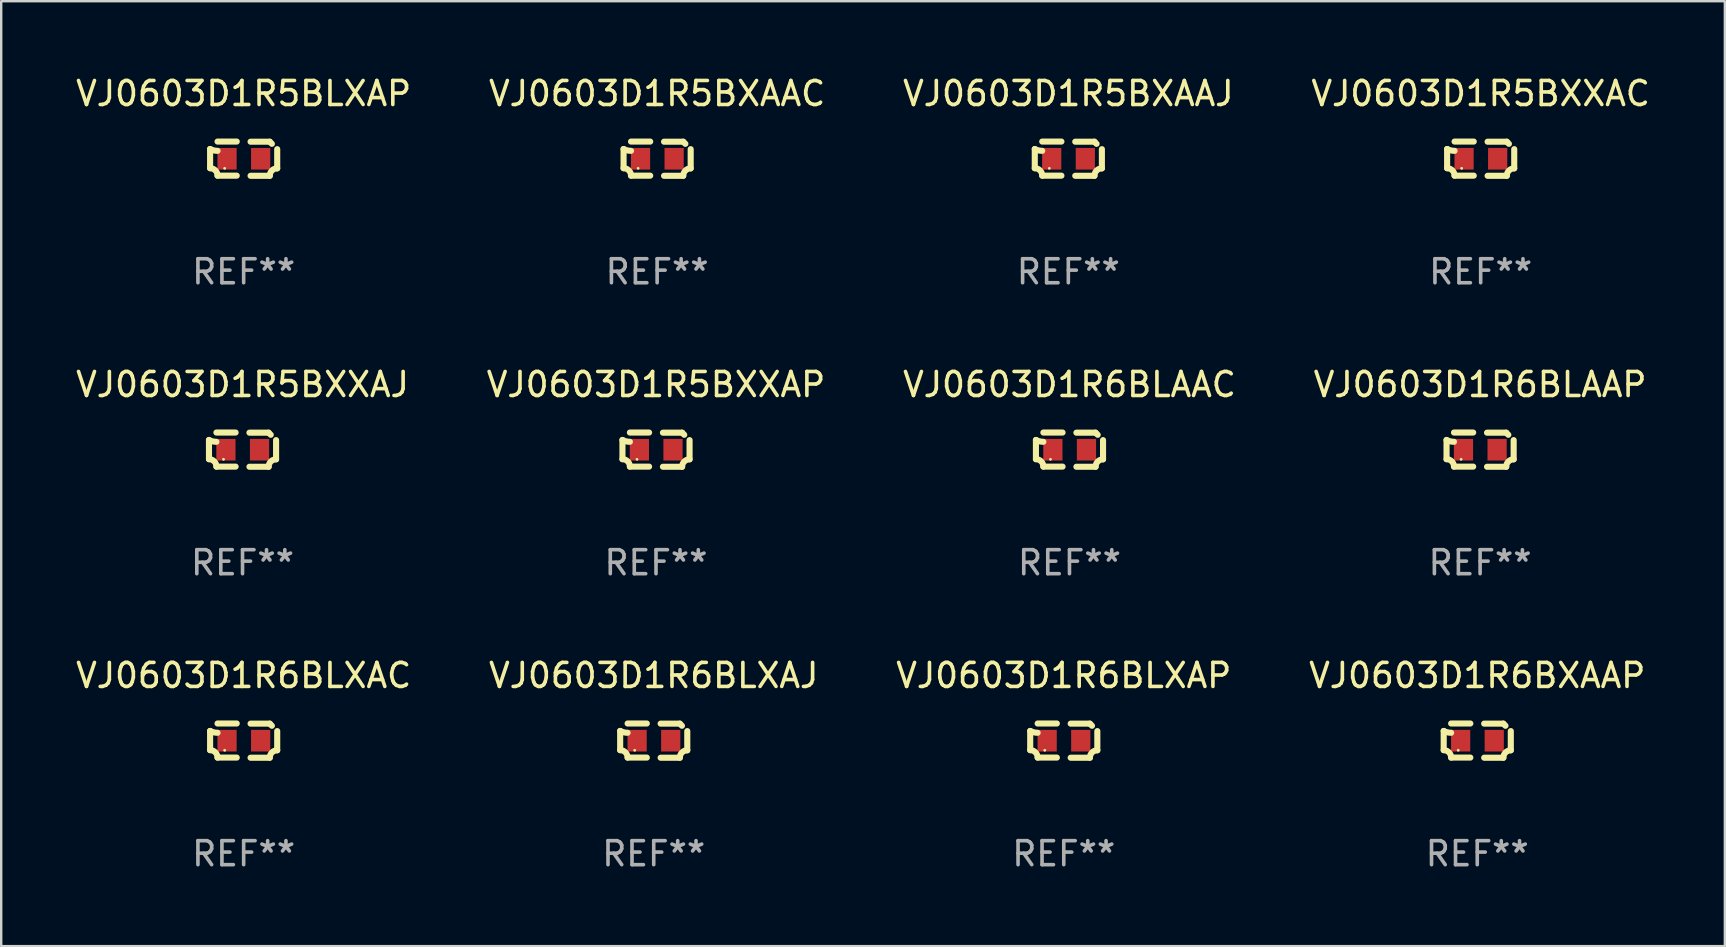
<source format=kicad_pcb>
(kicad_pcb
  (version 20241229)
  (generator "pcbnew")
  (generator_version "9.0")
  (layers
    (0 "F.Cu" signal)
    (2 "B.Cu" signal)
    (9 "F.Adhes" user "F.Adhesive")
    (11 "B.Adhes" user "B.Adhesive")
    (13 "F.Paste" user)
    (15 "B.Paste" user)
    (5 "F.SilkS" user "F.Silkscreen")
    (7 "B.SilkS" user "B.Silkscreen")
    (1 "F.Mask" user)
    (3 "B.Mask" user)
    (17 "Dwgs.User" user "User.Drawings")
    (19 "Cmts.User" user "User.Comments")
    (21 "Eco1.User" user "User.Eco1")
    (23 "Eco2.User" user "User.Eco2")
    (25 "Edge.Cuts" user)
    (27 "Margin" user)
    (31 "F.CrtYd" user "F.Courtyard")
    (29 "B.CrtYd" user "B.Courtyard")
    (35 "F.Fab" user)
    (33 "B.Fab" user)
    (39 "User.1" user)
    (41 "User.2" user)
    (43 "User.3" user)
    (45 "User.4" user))
  (footprint "VJ0603D1R6BXAAP"
    (layer "F.Cu")
    (at 58.494 27.805)
    (property "Reference" "VJ0603D1R6BXAAP" (at 0 -2.713 0) (layer "F.SilkS") (effects (font (size 1 1) (thickness 0.15))))
    (attr through_hole)
    (fp_line (start -1.398 -0.403) (end -1.398 0.397) (stroke (width 0.254) (type solid)) (layer "F.SilkS"))
    (fp_line (start -0.288 -0.713) (end -1.088 -0.713) (stroke (width 0.254) (type solid)) (layer "F.SilkS"))
    (fp_line (start -0.288 0.707) (end -1.088 0.707) (stroke (width 0.254) (type solid)) (layer "F.SilkS"))
    (fp_line (start 0.288 -0.707) (end 1.088 -0.707) (stroke (width 0.254) (type solid)) (layer "F.SilkS"))
    (fp_line (start 0.288 0.713) (end 1.088 0.713) (stroke (width 0.254) (type solid)) (layer "F.SilkS"))
    (fp_line (start 1.398 -0.397) (end 1.398 0.403) (stroke (width 0.254) (type solid)) (layer "F.SilkS"))
    (fp_arc (start -1.397789 0.397066) (mid -1.178701 0.487826) (end -1.08796 0.706922) (stroke (width 0.254001) (type solid)) (layer "F.SilkS"))
    (fp_arc (start -1.08796 -0.327176) (mid -1.247436 -0.346384) (end -1.39779 -0.402908) (stroke (width 0.254001) (type solid)) (layer "F.SilkS"))
    (fp_arc (start 1.087909 0.712738) (mid 1.178656 0.493655) (end 1.397739 0.402908) (stroke (width 0.254001) (type solid)) (layer "F.SilkS"))
    (fp_arc (start 1.175925 -0.618926) (mid 1.131917 -0.662923) (end 1.08791 -0.706922) (stroke (width 0.254001) (type solid)) (layer "F.SilkS"))
    (fp_circle (center -0.792 0.403) (end -0.762 0.403) (stroke (width 0.06) (type solid)) (fill no) (layer "F.SilkS"))
    (fp_text user "REF**" (at 0 4.713 0) (layer "F.Fab") (effects (font (size 1 1) (thickness 0.15))))
    (pad "1" smd rect (at -0.692 0.003) (size 0.8 0.9) (layers "F.Cu" "F.Mask" "F.Paste"))
    (pad "2" smd rect (at 0.708 0.003) (size 0.8 0.9) (layers "F.Cu" "F.Mask" "F.Paste")))
  (footprint "VJ0603D1R5BLXAP"
    (layer "F.Cu")
    (at 7.101 3.561)
    (property "Reference" "VJ0603D1R5BLXAP" (at 0 -2.713 0) (layer "F.SilkS") (effects (font (size 1 1) (thickness 0.15))))
    (attr through_hole)
    (fp_line (start -1.398 -0.403) (end -1.398 0.397) (stroke (width 0.254) (type solid)) (layer "F.SilkS"))
    (fp_line (start -0.288 -0.713) (end -1.088 -0.713) (stroke (width 0.254) (type solid)) (layer "F.SilkS"))
    (fp_line (start -0.288 0.707) (end -1.088 0.707) (stroke (width 0.254) (type solid)) (layer "F.SilkS"))
    (fp_line (start 0.288 -0.707) (end 1.088 -0.707) (stroke (width 0.254) (type solid)) (layer "F.SilkS"))
    (fp_line (start 0.288 0.713) (end 1.088 0.713) (stroke (width 0.254) (type solid)) (layer "F.SilkS"))
    (fp_line (start 1.398 -0.397) (end 1.398 0.403) (stroke (width 0.254) (type solid)) (layer "F.SilkS"))
    (fp_arc (start -1.397789 0.397066) (mid -1.178701 0.487826) (end -1.08796 0.706922) (stroke (width 0.254001) (type solid)) (layer "F.SilkS"))
    (fp_arc (start -1.08796 -0.327176) (mid -1.247436 -0.346384) (end -1.39779 -0.402908) (stroke (width 0.254001) (type solid)) (layer "F.SilkS"))
    (fp_arc (start 1.087909 0.712738) (mid 1.178656 0.493655) (end 1.397739 0.402908) (stroke (width 0.254001) (type solid)) (layer "F.SilkS"))
    (fp_arc (start 1.175925 -0.618926) (mid 1.131917 -0.662923) (end 1.08791 -0.706922) (stroke (width 0.254001) (type solid)) (layer "F.SilkS"))
    (fp_circle (center -0.792 0.403) (end -0.762 0.403) (stroke (width 0.06) (type solid)) (fill no) (layer "F.SilkS"))
    (fp_text user "REF**" (at 0 4.713 0) (layer "F.Fab") (effects (font (size 1 1) (thickness 0.15))))
    (pad "1" smd rect (at -0.692 0.003) (size 0.8 0.9) (layers "F.Cu" "F.Mask" "F.Paste"))
    (pad "2" smd rect (at 0.708 0.003) (size 0.8 0.9) (layers "F.Cu" "F.Mask" "F.Paste")))
  (footprint "VJ0603D1R5BXXAP"
    (layer "F.Cu")
    (at 24.28 15.683)
    (property "Reference" "VJ0603D1R5BXXAP" (at 0 -2.713 0) (layer "F.SilkS") (effects (font (size 1 1) (thickness 0.15))))
    (attr through_hole)
    (fp_line (start -1.398 -0.403) (end -1.398 0.397) (stroke (width 0.254) (type solid)) (layer "F.SilkS"))
    (fp_line (start -0.288 -0.713) (end -1.088 -0.713) (stroke (width 0.254) (type solid)) (layer "F.SilkS"))
    (fp_line (start -0.288 0.707) (end -1.088 0.707) (stroke (width 0.254) (type solid)) (layer "F.SilkS"))
    (fp_line (start 0.288 -0.707) (end 1.088 -0.707) (stroke (width 0.254) (type solid)) (layer "F.SilkS"))
    (fp_line (start 0.288 0.713) (end 1.088 0.713) (stroke (width 0.254) (type solid)) (layer "F.SilkS"))
    (fp_line (start 1.398 -0.397) (end 1.398 0.403) (stroke (width 0.254) (type solid)) (layer "F.SilkS"))
    (fp_arc (start -1.397789 0.397066) (mid -1.178701 0.487826) (end -1.08796 0.706922) (stroke (width 0.254001) (type solid)) (layer "F.SilkS"))
    (fp_arc (start -1.08796 -0.327176) (mid -1.247436 -0.346384) (end -1.39779 -0.402908) (stroke (width 0.254001) (type solid)) (layer "F.SilkS"))
    (fp_arc (start 1.087909 0.712738) (mid 1.178656 0.493655) (end 1.397739 0.402908) (stroke (width 0.254001) (type solid)) (layer "F.SilkS"))
    (fp_arc (start 1.175925 -0.618926) (mid 1.131917 -0.662923) (end 1.08791 -0.706922) (stroke (width 0.254001) (type solid)) (layer "F.SilkS"))
    (fp_circle (center -0.792 0.403) (end -0.762 0.403) (stroke (width 0.06) (type solid)) (fill no) (layer "F.SilkS"))
    (fp_text user "REF**" (at 0 4.713 0) (layer "F.Fab") (effects (font (size 1 1) (thickness 0.15))))
    (pad "1" smd rect (at -0.692 0.003) (size 0.8 0.9) (layers "F.Cu" "F.Mask" "F.Paste"))
    (pad "2" smd rect (at 0.708 0.003) (size 0.8 0.9) (layers "F.Cu" "F.Mask" "F.Paste")))
  (footprint "VJ0603D1R5BXXAC"
    (layer "F.Cu")
    (at 58.637 3.561)
    (property "Reference" "VJ0603D1R5BXXAC" (at 0 -2.713 0) (layer "F.SilkS") (effects (font (size 1 1) (thickness 0.15))))
    (attr through_hole)
    (fp_line (start -1.398 -0.403) (end -1.398 0.397) (stroke (width 0.254) (type solid)) (layer "F.SilkS"))
    (fp_line (start -0.288 -0.713) (end -1.088 -0.713) (stroke (width 0.254) (type solid)) (layer "F.SilkS"))
    (fp_line (start -0.288 0.707) (end -1.088 0.707) (stroke (width 0.254) (type solid)) (layer "F.SilkS"))
    (fp_line (start 0.288 -0.707) (end 1.088 -0.707) (stroke (width 0.254) (type solid)) (layer "F.SilkS"))
    (fp_line (start 0.288 0.713) (end 1.088 0.713) (stroke (width 0.254) (type solid)) (layer "F.SilkS"))
    (fp_line (start 1.398 -0.397) (end 1.398 0.403) (stroke (width 0.254) (type solid)) (layer "F.SilkS"))
    (fp_arc (start -1.397789 0.397066) (mid -1.178701 0.487826) (end -1.08796 0.706922) (stroke (width 0.254001) (type solid)) (layer "F.SilkS"))
    (fp_arc (start -1.08796 -0.327176) (mid -1.247436 -0.346384) (end -1.39779 -0.402908) (stroke (width 0.254001) (type solid)) (layer "F.SilkS"))
    (fp_arc (start 1.087909 0.712738) (mid 1.178656 0.493655) (end 1.397739 0.402908) (stroke (width 0.254001) (type solid)) (layer "F.SilkS"))
    (fp_arc (start 1.175925 -0.618926) (mid 1.131917 -0.662923) (end 1.08791 -0.706922) (stroke (width 0.254001) (type solid)) (layer "F.SilkS"))
    (fp_circle (center -0.792 0.403) (end -0.762 0.403) (stroke (width 0.06) (type solid)) (fill no) (layer "F.SilkS"))
    (fp_text user "REF**" (at 0 4.713 0) (layer "F.Fab") (effects (font (size 1 1) (thickness 0.15))))
    (pad "1" smd rect (at -0.692 0.003) (size 0.8 0.9) (layers "F.Cu" "F.Mask" "F.Paste"))
    (pad "2" smd rect (at 0.708 0.003) (size 0.8 0.9) (layers "F.Cu" "F.Mask" "F.Paste")))
  (footprint "VJ0603D1R6BLAAC"
    (layer "F.Cu")
    (at 41.506 15.683)
    (property "Reference" "VJ0603D1R6BLAAC" (at 0 -2.713 0) (layer "F.SilkS") (effects (font (size 1 1) (thickness 0.15))))
    (attr through_hole)
    (fp_line (start -1.398 -0.403) (end -1.398 0.397) (stroke (width 0.254) (type solid)) (layer "F.SilkS"))
    (fp_line (start -0.288 -0.713) (end -1.088 -0.713) (stroke (width 0.254) (type solid)) (layer "F.SilkS"))
    (fp_line (start -0.288 0.707) (end -1.088 0.707) (stroke (width 0.254) (type solid)) (layer "F.SilkS"))
    (fp_line (start 0.288 -0.707) (end 1.088 -0.707) (stroke (width 0.254) (type solid)) (layer "F.SilkS"))
    (fp_line (start 0.288 0.713) (end 1.088 0.713) (stroke (width 0.254) (type solid)) (layer "F.SilkS"))
    (fp_line (start 1.398 -0.397) (end 1.398 0.403) (stroke (width 0.254) (type solid)) (layer "F.SilkS"))
    (fp_arc (start -1.397789 0.397066) (mid -1.178701 0.487826) (end -1.08796 0.706922) (stroke (width 0.254001) (type solid)) (layer "F.SilkS"))
    (fp_arc (start -1.08796 -0.327176) (mid -1.247436 -0.346384) (end -1.39779 -0.402908) (stroke (width 0.254001) (type solid)) (layer "F.SilkS"))
    (fp_arc (start 1.087909 0.712738) (mid 1.178656 0.493655) (end 1.397739 0.402908) (stroke (width 0.254001) (type solid)) (layer "F.SilkS"))
    (fp_arc (start 1.175925 -0.618926) (mid 1.131917 -0.662923) (end 1.08791 -0.706922) (stroke (width 0.254001) (type solid)) (layer "F.SilkS"))
    (fp_circle (center -0.792 0.403) (end -0.762 0.403) (stroke (width 0.06) (type solid)) (fill no) (layer "F.SilkS"))
    (fp_text user "REF**" (at 0 4.713 0) (layer "F.Fab") (effects (font (size 1 1) (thickness 0.15))))
    (pad "1" smd rect (at -0.692 0.003) (size 0.8 0.9) (layers "F.Cu" "F.Mask" "F.Paste"))
    (pad "2" smd rect (at 0.708 0.003) (size 0.8 0.9) (layers "F.Cu" "F.Mask" "F.Paste")))
  (footprint "VJ0603D1R6BLXAC"
    (layer "F.Cu")
    (at 7.101 27.805)
    (property "Reference" "VJ0603D1R6BLXAC" (at 0 -2.713 0) (layer "F.SilkS") (effects (font (size 1 1) (thickness 0.15))))
    (attr through_hole)
    (fp_line (start -1.398 -0.403) (end -1.398 0.397) (stroke (width 0.254) (type solid)) (layer "F.SilkS"))
    (fp_line (start -0.288 -0.713) (end -1.088 -0.713) (stroke (width 0.254) (type solid)) (layer "F.SilkS"))
    (fp_line (start -0.288 0.707) (end -1.088 0.707) (stroke (width 0.254) (type solid)) (layer "F.SilkS"))
    (fp_line (start 0.288 -0.707) (end 1.088 -0.707) (stroke (width 0.254) (type solid)) (layer "F.SilkS"))
    (fp_line (start 0.288 0.713) (end 1.088 0.713) (stroke (width 0.254) (type solid)) (layer "F.SilkS"))
    (fp_line (start 1.398 -0.397) (end 1.398 0.403) (stroke (width 0.254) (type solid)) (layer "F.SilkS"))
    (fp_arc (start -1.397789 0.397066) (mid -1.178701 0.487826) (end -1.08796 0.706922) (stroke (width 0.254001) (type solid)) (layer "F.SilkS"))
    (fp_arc (start -1.08796 -0.327176) (mid -1.247436 -0.346384) (end -1.39779 -0.402908) (stroke (width 0.254001) (type solid)) (layer "F.SilkS"))
    (fp_arc (start 1.087909 0.712738) (mid 1.178656 0.493655) (end 1.397739 0.402908) (stroke (width 0.254001) (type solid)) (layer "F.SilkS"))
    (fp_arc (start 1.175925 -0.618926) (mid 1.131917 -0.662923) (end 1.08791 -0.706922) (stroke (width 0.254001) (type solid)) (layer "F.SilkS"))
    (fp_circle (center -0.792 0.403) (end -0.762 0.403) (stroke (width 0.06) (type solid)) (fill no) (layer "F.SilkS"))
    (fp_text user "REF**" (at 0 4.713 0) (layer "F.Fab") (effects (font (size 1 1) (thickness 0.15))))
    (pad "1" smd rect (at -0.692 0.003) (size 0.8 0.9) (layers "F.Cu" "F.Mask" "F.Paste"))
    (pad "2" smd rect (at 0.708 0.003) (size 0.8 0.9) (layers "F.Cu" "F.Mask" "F.Paste")))
  (footprint "VJ0603D1R6BLAAP"
    (layer "F.Cu")
    (at 58.613 15.683)
    (property "Reference" "VJ0603D1R6BLAAP" (at 0 -2.713 0) (layer "F.SilkS") (effects (font (size 1 1) (thickness 0.15))))
    (attr through_hole)
    (fp_line (start -1.398 -0.403) (end -1.398 0.397) (stroke (width 0.254) (type solid)) (layer "F.SilkS"))
    (fp_line (start -0.288 -0.713) (end -1.088 -0.713) (stroke (width 0.254) (type solid)) (layer "F.SilkS"))
    (fp_line (start -0.288 0.707) (end -1.088 0.707) (stroke (width 0.254) (type solid)) (layer "F.SilkS"))
    (fp_line (start 0.288 -0.707) (end 1.088 -0.707) (stroke (width 0.254) (type solid)) (layer "F.SilkS"))
    (fp_line (start 0.288 0.713) (end 1.088 0.713) (stroke (width 0.254) (type solid)) (layer "F.SilkS"))
    (fp_line (start 1.398 -0.397) (end 1.398 0.403) (stroke (width 0.254) (type solid)) (layer "F.SilkS"))
    (fp_arc (start -1.397789 0.397066) (mid -1.178701 0.487826) (end -1.08796 0.706922) (stroke (width 0.254001) (type solid)) (layer "F.SilkS"))
    (fp_arc (start -1.08796 -0.327176) (mid -1.247436 -0.346384) (end -1.39779 -0.402908) (stroke (width 0.254001) (type solid)) (layer "F.SilkS"))
    (fp_arc (start 1.087909 0.712738) (mid 1.178656 0.493655) (end 1.397739 0.402908) (stroke (width 0.254001) (type solid)) (layer "F.SilkS"))
    (fp_arc (start 1.175925 -0.618926) (mid 1.131917 -0.662923) (end 1.08791 -0.706922) (stroke (width 0.254001) (type solid)) (layer "F.SilkS"))
    (fp_circle (center -0.792 0.403) (end -0.762 0.403) (stroke (width 0.06) (type solid)) (fill no) (layer "F.SilkS"))
    (fp_text user "REF**" (at 0 4.713 0) (layer "F.Fab") (effects (font (size 1 1) (thickness 0.15))))
    (pad "1" smd rect (at -0.692 0.003) (size 0.8 0.9) (layers "F.Cu" "F.Mask" "F.Paste"))
    (pad "2" smd rect (at 0.708 0.003) (size 0.8 0.9) (layers "F.Cu" "F.Mask" "F.Paste")))
  (footprint "VJ0603D1R6BLXAJ"
    (layer "F.Cu")
    (at 24.185 27.805)
    (property "Reference" "VJ0603D1R6BLXAJ" (at 0 -2.713 0) (layer "F.SilkS") (effects (font (size 1 1) (thickness 0.15))))
    (attr through_hole)
    (fp_line (start -1.398 -0.403) (end -1.398 0.397) (stroke (width 0.254) (type solid)) (layer "F.SilkS"))
    (fp_line (start -0.288 -0.713) (end -1.088 -0.713) (stroke (width 0.254) (type solid)) (layer "F.SilkS"))
    (fp_line (start -0.288 0.707) (end -1.088 0.707) (stroke (width 0.254) (type solid)) (layer "F.SilkS"))
    (fp_line (start 0.288 -0.707) (end 1.088 -0.707) (stroke (width 0.254) (type solid)) (layer "F.SilkS"))
    (fp_line (start 0.288 0.713) (end 1.088 0.713) (stroke (width 0.254) (type solid)) (layer "F.SilkS"))
    (fp_line (start 1.398 -0.397) (end 1.398 0.403) (stroke (width 0.254) (type solid)) (layer "F.SilkS"))
    (fp_arc (start -1.397789 0.397066) (mid -1.178701 0.487826) (end -1.08796 0.706922) (stroke (width 0.254001) (type solid)) (layer "F.SilkS"))
    (fp_arc (start -1.08796 -0.327176) (mid -1.247436 -0.346384) (end -1.39779 -0.402908) (stroke (width 0.254001) (type solid)) (layer "F.SilkS"))
    (fp_arc (start 1.087909 0.712738) (mid 1.178656 0.493655) (end 1.397739 0.402908) (stroke (width 0.254001) (type solid)) (layer "F.SilkS"))
    (fp_arc (start 1.175925 -0.618926) (mid 1.131917 -0.662923) (end 1.08791 -0.706922) (stroke (width 0.254001) (type solid)) (layer "F.SilkS"))
    (fp_circle (center -0.792 0.403) (end -0.762 0.403) (stroke (width 0.06) (type solid)) (fill no) (layer "F.SilkS"))
    (fp_text user "REF**" (at 0 4.713 0) (layer "F.Fab") (effects (font (size 1 1) (thickness 0.15))))
    (pad "1" smd rect (at -0.692 0.003) (size 0.8 0.9) (layers "F.Cu" "F.Mask" "F.Paste"))
    (pad "2" smd rect (at 0.708 0.003) (size 0.8 0.9) (layers "F.Cu" "F.Mask" "F.Paste")))
  (footprint "VJ0603D1R5BXXAJ"
    (layer "F.Cu")
    (at 7.054 15.683)
    (property "Reference" "VJ0603D1R5BXXAJ" (at 0 -2.713 0) (layer "F.SilkS") (effects (font (size 1 1) (thickness 0.15))))
    (attr through_hole)
    (fp_line (start -1.398 -0.403) (end -1.398 0.397) (stroke (width 0.254) (type solid)) (layer "F.SilkS"))
    (fp_line (start -0.288 -0.713) (end -1.088 -0.713) (stroke (width 0.254) (type solid)) (layer "F.SilkS"))
    (fp_line (start -0.288 0.707) (end -1.088 0.707) (stroke (width 0.254) (type solid)) (layer "F.SilkS"))
    (fp_line (start 0.288 -0.707) (end 1.088 -0.707) (stroke (width 0.254) (type solid)) (layer "F.SilkS"))
    (fp_line (start 0.288 0.713) (end 1.088 0.713) (stroke (width 0.254) (type solid)) (layer "F.SilkS"))
    (fp_line (start 1.398 -0.397) (end 1.398 0.403) (stroke (width 0.254) (type solid)) (layer "F.SilkS"))
    (fp_arc (start -1.397789 0.397066) (mid -1.178701 0.487826) (end -1.08796 0.706922) (stroke (width 0.254001) (type solid)) (layer "F.SilkS"))
    (fp_arc (start -1.08796 -0.327176) (mid -1.247436 -0.346384) (end -1.39779 -0.402908) (stroke (width 0.254001) (type solid)) (layer "F.SilkS"))
    (fp_arc (start 1.087909 0.712738) (mid 1.178656 0.493655) (end 1.397739 0.402908) (stroke (width 0.254001) (type solid)) (layer "F.SilkS"))
    (fp_arc (start 1.175925 -0.618926) (mid 1.131917 -0.662923) (end 1.08791 -0.706922) (stroke (width 0.254001) (type solid)) (layer "F.SilkS"))
    (fp_circle (center -0.792 0.403) (end -0.762 0.403) (stroke (width 0.06) (type solid)) (fill no) (layer "F.SilkS"))
    (fp_text user "REF**" (at 0 4.713 0) (layer "F.Fab") (effects (font (size 1 1) (thickness 0.15))))
    (pad "1" smd rect (at -0.692 0.003) (size 0.8 0.9) (layers "F.Cu" "F.Mask" "F.Paste"))
    (pad "2" smd rect (at 0.708 0.003) (size 0.8 0.9) (layers "F.Cu" "F.Mask" "F.Paste")))
  (footprint "VJ0603D1R5BXAAJ"
    (layer "F.Cu")
    (at 41.458 3.561)
    (property "Reference" "VJ0603D1R5BXAAJ" (at 0 -2.713 0) (layer "F.SilkS") (effects (font (size 1 1) (thickness 0.15))))
    (attr through_hole)
    (fp_line (start -1.398 -0.403) (end -1.398 0.397) (stroke (width 0.254) (type solid)) (layer "F.SilkS"))
    (fp_line (start -0.288 -0.713) (end -1.088 -0.713) (stroke (width 0.254) (type solid)) (layer "F.SilkS"))
    (fp_line (start -0.288 0.707) (end -1.088 0.707) (stroke (width 0.254) (type solid)) (layer "F.SilkS"))
    (fp_line (start 0.288 -0.707) (end 1.088 -0.707) (stroke (width 0.254) (type solid)) (layer "F.SilkS"))
    (fp_line (start 0.288 0.713) (end 1.088 0.713) (stroke (width 0.254) (type solid)) (layer "F.SilkS"))
    (fp_line (start 1.398 -0.397) (end 1.398 0.403) (stroke (width 0.254) (type solid)) (layer "F.SilkS"))
    (fp_arc (start -1.397789 0.397066) (mid -1.178701 0.487826) (end -1.08796 0.706922) (stroke (width 0.254001) (type solid)) (layer "F.SilkS"))
    (fp_arc (start -1.08796 -0.327176) (mid -1.247436 -0.346384) (end -1.39779 -0.402908) (stroke (width 0.254001) (type solid)) (layer "F.SilkS"))
    (fp_arc (start 1.087909 0.712738) (mid 1.178656 0.493655) (end 1.397739 0.402908) (stroke (width 0.254001) (type solid)) (layer "F.SilkS"))
    (fp_arc (start 1.175925 -0.618926) (mid 1.131917 -0.662923) (end 1.08791 -0.706922) (stroke (width 0.254001) (type solid)) (layer "F.SilkS"))
    (fp_circle (center -0.792 0.403) (end -0.762 0.403) (stroke (width 0.06) (type solid)) (fill no) (layer "F.SilkS"))
    (fp_text user "REF**" (at 0 4.713 0) (layer "F.Fab") (effects (font (size 1 1) (thickness 0.15))))
    (pad "1" smd rect (at -0.692 0.003) (size 0.8 0.9) (layers "F.Cu" "F.Mask" "F.Paste"))
    (pad "2" smd rect (at 0.708 0.003) (size 0.8 0.9) (layers "F.Cu" "F.Mask" "F.Paste")))
  (footprint "VJ0603D1R5BXAAC"
    (layer "F.Cu")
    (at 24.327 3.561)
    (property "Reference" "VJ0603D1R5BXAAC" (at 0 -2.713 0) (layer "F.SilkS") (effects (font (size 1 1) (thickness 0.15))))
    (attr through_hole)
    (fp_line (start -1.398 -0.403) (end -1.398 0.397) (stroke (width 0.254) (type solid)) (layer "F.SilkS"))
    (fp_line (start -0.288 -0.713) (end -1.088 -0.713) (stroke (width 0.254) (type solid)) (layer "F.SilkS"))
    (fp_line (start -0.288 0.707) (end -1.088 0.707) (stroke (width 0.254) (type solid)) (layer "F.SilkS"))
    (fp_line (start 0.288 -0.707) (end 1.088 -0.707) (stroke (width 0.254) (type solid)) (layer "F.SilkS"))
    (fp_line (start 0.288 0.713) (end 1.088 0.713) (stroke (width 0.254) (type solid)) (layer "F.SilkS"))
    (fp_line (start 1.398 -0.397) (end 1.398 0.403) (stroke (width 0.254) (type solid)) (layer "F.SilkS"))
    (fp_arc (start -1.397789 0.397066) (mid -1.178701 0.487826) (end -1.08796 0.706922) (stroke (width 0.254001) (type solid)) (layer "F.SilkS"))
    (fp_arc (start -1.08796 -0.327176) (mid -1.247436 -0.346384) (end -1.39779 -0.402908) (stroke (width 0.254001) (type solid)) (layer "F.SilkS"))
    (fp_arc (start 1.087909 0.712738) (mid 1.178656 0.493655) (end 1.397739 0.402908) (stroke (width 0.254001) (type solid)) (layer "F.SilkS"))
    (fp_arc (start 1.175925 -0.618926) (mid 1.131917 -0.662923) (end 1.08791 -0.706922) (stroke (width 0.254001) (type solid)) (layer "F.SilkS"))
    (fp_circle (center -0.792 0.403) (end -0.762 0.403) (stroke (width 0.06) (type solid)) (fill no) (layer "F.SilkS"))
    (fp_text user "REF**" (at 0 4.713 0) (layer "F.Fab") (effects (font (size 1 1) (thickness 0.15))))
    (pad "1" smd rect (at -0.692 0.003) (size 0.8 0.9) (layers "F.Cu" "F.Mask" "F.Paste"))
    (pad "2" smd rect (at 0.708 0.003) (size 0.8 0.9) (layers "F.Cu" "F.Mask" "F.Paste")))
  (footprint "VJ0603D1R6BLXAP"
    (layer "F.Cu")
    (at 41.268 27.805)
    (property "Reference" "VJ0603D1R6BLXAP" (at 0 -2.713 0) (layer "F.SilkS") (effects (font (size 1 1) (thickness 0.15))))
    (attr through_hole)
    (fp_line (start -1.398 -0.403) (end -1.398 0.397) (stroke (width 0.254) (type solid)) (layer "F.SilkS"))
    (fp_line (start -0.288 -0.713) (end -1.088 -0.713) (stroke (width 0.254) (type solid)) (layer "F.SilkS"))
    (fp_line (start -0.288 0.707) (end -1.088 0.707) (stroke (width 0.254) (type solid)) (layer "F.SilkS"))
    (fp_line (start 0.288 -0.707) (end 1.088 -0.707) (stroke (width 0.254) (type solid)) (layer "F.SilkS"))
    (fp_line (start 0.288 0.713) (end 1.088 0.713) (stroke (width 0.254) (type solid)) (layer "F.SilkS"))
    (fp_line (start 1.398 -0.397) (end 1.398 0.403) (stroke (width 0.254) (type solid)) (layer "F.SilkS"))
    (fp_arc (start -1.397789 0.397066) (mid -1.178701 0.487826) (end -1.08796 0.706922) (stroke (width 0.254001) (type solid)) (layer "F.SilkS"))
    (fp_arc (start -1.08796 -0.327176) (mid -1.247436 -0.346384) (end -1.39779 -0.402908) (stroke (width 0.254001) (type solid)) (layer "F.SilkS"))
    (fp_arc (start 1.087909 0.712738) (mid 1.178656 0.493655) (end 1.397739 0.402908) (stroke (width 0.254001) (type solid)) (layer "F.SilkS"))
    (fp_arc (start 1.175925 -0.618926) (mid 1.131917 -0.662923) (end 1.08791 -0.706922) (stroke (width 0.254001) (type solid)) (layer "F.SilkS"))
    (fp_circle (center -0.792 0.403) (end -0.762 0.403) (stroke (width 0.06) (type solid)) (fill no) (layer "F.SilkS"))
    (fp_text user "REF**" (at 0 4.713 0) (layer "F.Fab") (effects (font (size 1 1) (thickness 0.15))))
    (pad "1" smd rect (at -0.692 0.003) (size 0.8 0.9) (layers "F.Cu" "F.Mask" "F.Paste"))
    (pad "2" smd rect (at 0.708 0.003) (size 0.8 0.9) (layers "F.Cu" "F.Mask" "F.Paste")))
  (gr_rect
    (start -3 -3)
    (end 68.81 36.366)
    (stroke (width 0.1) (type default))
    (fill no)
    (layer "Edge.Cuts")))
</source>
